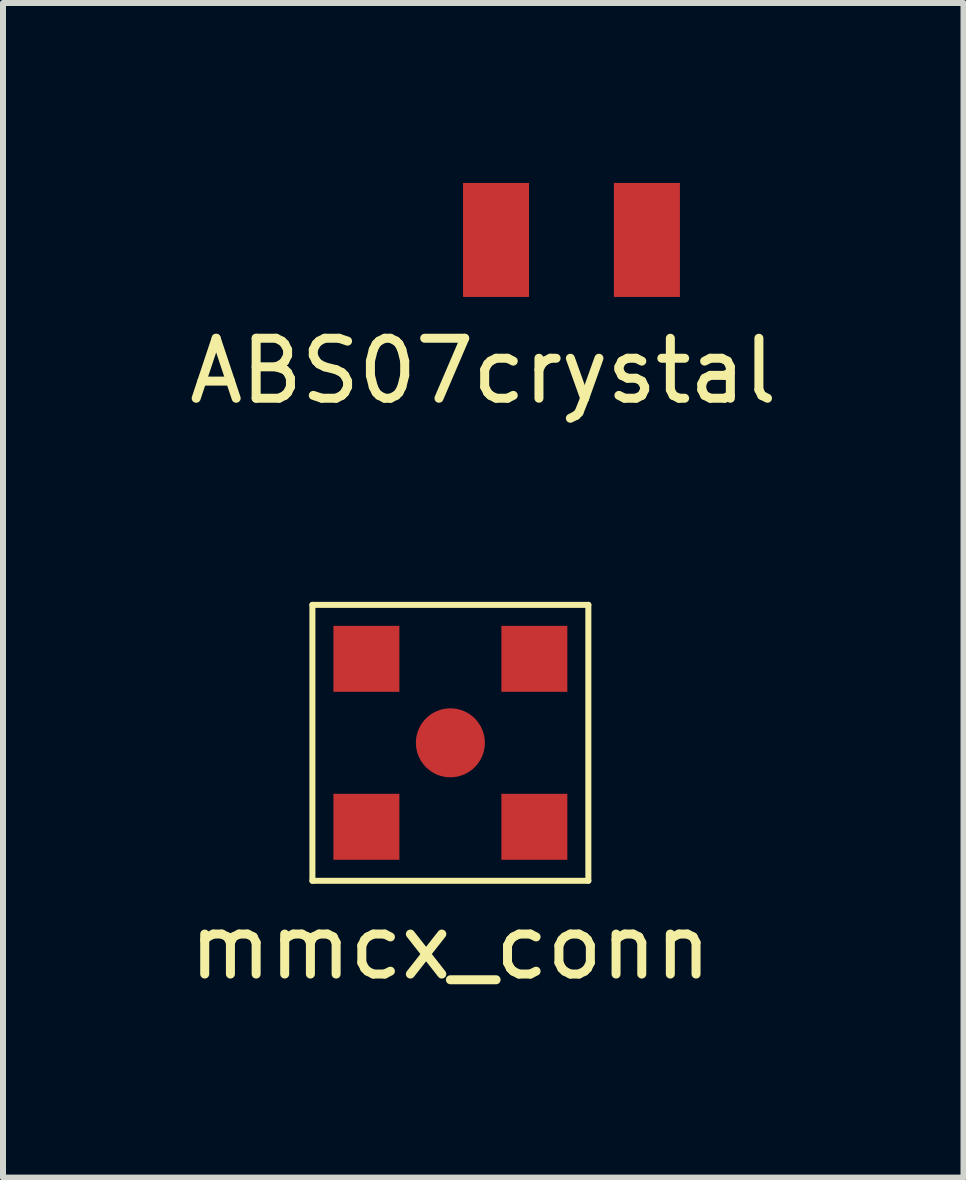
<source format=kicad_pcb>
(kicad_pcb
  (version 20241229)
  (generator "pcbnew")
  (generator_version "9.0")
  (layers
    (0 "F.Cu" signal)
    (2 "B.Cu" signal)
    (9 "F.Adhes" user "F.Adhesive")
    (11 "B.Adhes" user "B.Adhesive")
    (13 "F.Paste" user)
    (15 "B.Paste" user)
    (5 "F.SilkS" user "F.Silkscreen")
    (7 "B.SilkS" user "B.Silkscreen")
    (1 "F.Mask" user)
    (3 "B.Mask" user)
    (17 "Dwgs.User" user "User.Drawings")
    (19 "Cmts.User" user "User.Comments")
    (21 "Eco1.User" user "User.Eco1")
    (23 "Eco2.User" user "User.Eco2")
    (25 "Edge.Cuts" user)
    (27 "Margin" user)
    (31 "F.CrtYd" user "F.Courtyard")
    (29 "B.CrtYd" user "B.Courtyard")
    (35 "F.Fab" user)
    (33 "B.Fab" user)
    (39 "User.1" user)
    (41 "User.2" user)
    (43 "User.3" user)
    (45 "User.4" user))
  (footprint "mmcx_conn"
    (layer "F.Cu")
    (at 4.458 9.333)
    (property "Reference" "mmcx_conn" (at 0 3.4 0) (layer "F.SilkS") (effects (font (size 1 1) (thickness 0.15))))
    (attr through_hole)
    (fp_line (start -2.3 -2.3) (end -2.3 2.3) (stroke (width 0.1) (type solid)) (layer "F.SilkS"))
    (fp_line (start -2.3 2.3) (end 2.3 2.3) (stroke (width 0.1) (type solid)) (layer "F.SilkS"))
    (fp_line (start 2.3 -2.3) (end -2.3 -2.3) (stroke (width 0.1) (type solid)) (layer "F.SilkS"))
    (fp_line (start 2.3 2.3) (end 2.3 -2.3) (stroke (width 0.1) (type solid)) (layer "F.SilkS"))
    (pad "1" connect circle (at 0 0) (size 1.15 1.15) (layers "F.Cu" "F.Mask"))
    (pad "2" connect trapezoid (at 1.4 1.4) (size 1.1 1.1) (layers "F.Cu" "F.Mask"))
    (pad "3" connect trapezoid (at -1.4 1.4) (size 1.1 1.1) (layers "F.Cu" "F.Mask"))
    (pad "4" connect trapezoid (at -1.4 -1.4) (size 1.1 1.1) (layers "F.Cu" "F.Mask"))
    (pad "5" connect trapezoid (at 1.4 -1.4) (size 1.1 1.1) (layers "F.Cu" "F.Mask")))
  (footprint "ABS07crystal"
    (layer "F.Cu")
    (at 5.209 0.95)
    (property "Reference" "ABS07crystal" (at -0.203 2.184 0) (layer "F.SilkS") (effects (font (size 1 1) (thickness 0.15))))
    (attr through_hole)
    (pad "1" smd trapezoid (at 0.01 0) (size 1.1 1.9) (layers "F.Cu" "F.Mask" "F.Paste"))
    (pad "2" smd trapezoid (at 2.525 0) (size 1.1 1.9) (layers "F.Cu" "F.Mask" "F.Paste")))
  (gr_rect
    (start -3 -3)
    (end 13.012 16.581)
    (stroke (width 0.1) (type default))
    (fill no)
    (layer "Edge.Cuts")))
</source>
